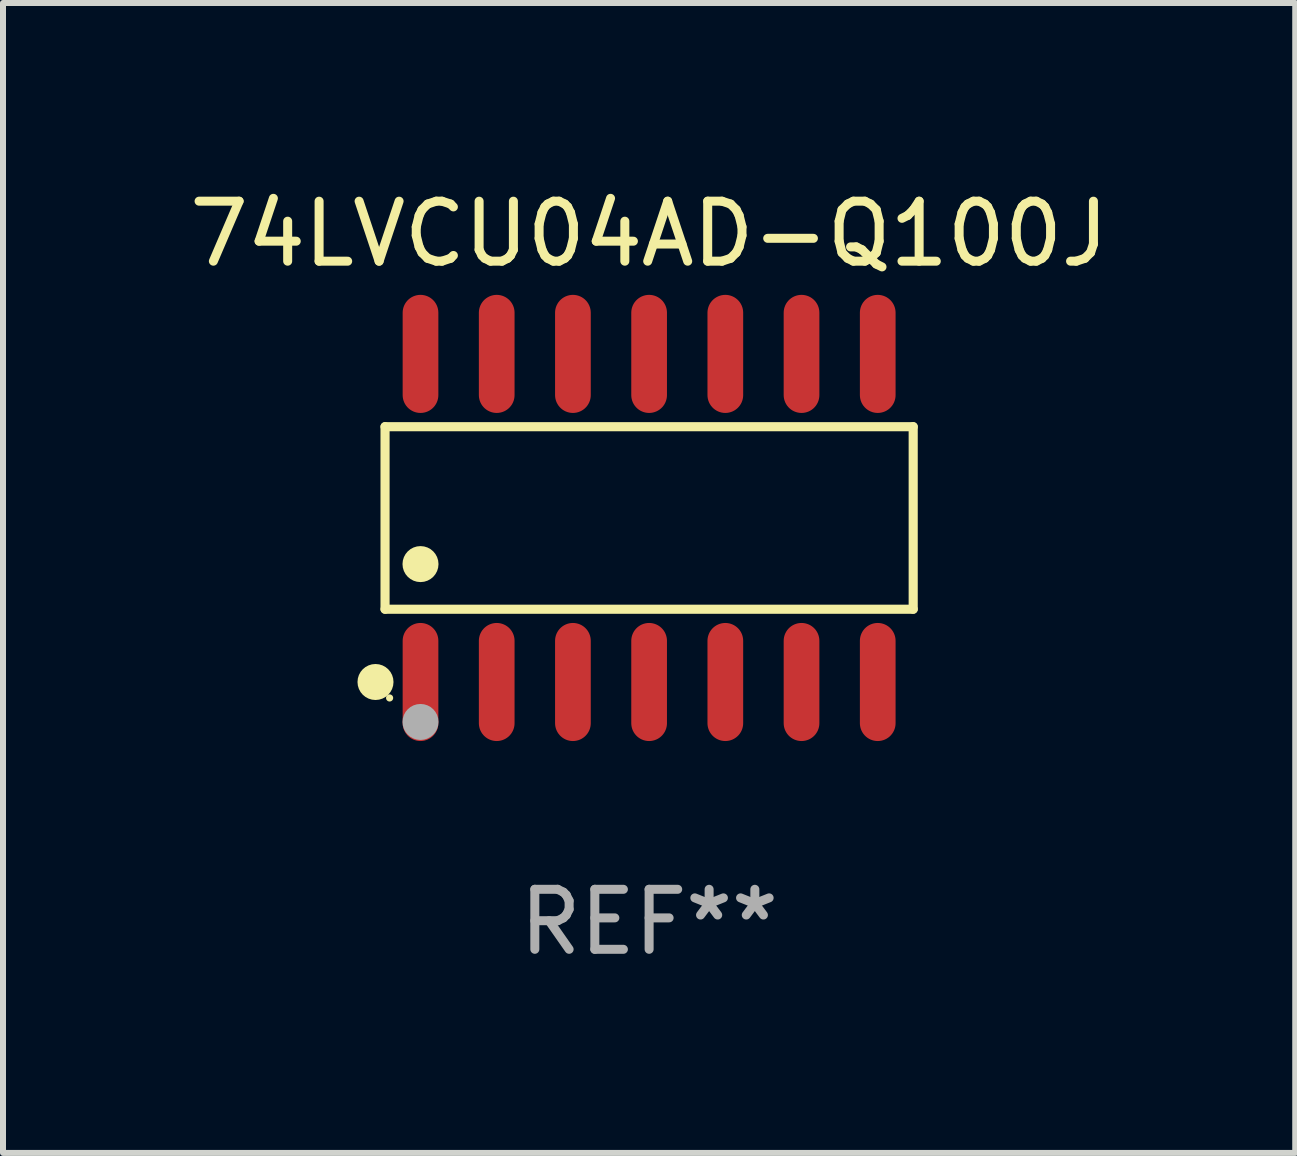
<source format=kicad_pcb>
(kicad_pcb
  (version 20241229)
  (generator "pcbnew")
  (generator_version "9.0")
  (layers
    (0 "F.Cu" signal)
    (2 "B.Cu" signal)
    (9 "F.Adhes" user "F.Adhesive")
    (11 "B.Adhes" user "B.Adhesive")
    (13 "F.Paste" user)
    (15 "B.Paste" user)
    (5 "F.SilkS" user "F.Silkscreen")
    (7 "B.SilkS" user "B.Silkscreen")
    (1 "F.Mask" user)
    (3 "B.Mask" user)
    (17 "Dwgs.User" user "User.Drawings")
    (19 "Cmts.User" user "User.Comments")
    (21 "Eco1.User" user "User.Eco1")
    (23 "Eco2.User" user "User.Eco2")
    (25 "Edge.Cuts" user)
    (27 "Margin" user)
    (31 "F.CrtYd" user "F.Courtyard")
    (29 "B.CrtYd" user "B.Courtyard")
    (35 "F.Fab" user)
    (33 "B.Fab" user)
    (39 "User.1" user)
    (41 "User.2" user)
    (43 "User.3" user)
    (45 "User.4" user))
  (footprint "74LVCU04AD-Q100J"
    (layer "F.Cu")
    (at 7.768 5.582)
    (property "Reference" "74LVCU04AD-Q100J" (at 0 -4.734 0) (layer "F.SilkS") (effects (font (size 1 1) (thickness 0.15))))
    (attr through_hole)
    (fp_line (start -4.401 -1.521) (end 4.401 -1.521) (stroke (width 0.152) (type solid)) (layer "F.SilkS"))
    (fp_line (start -4.401 1.521) (end -4.401 -1.521) (stroke (width 0.152) (type solid)) (layer "F.SilkS"))
    (fp_line (start 4.401 -1.521) (end 4.401 1.521) (stroke (width 0.152) (type solid)) (layer "F.SilkS"))
    (fp_line (start 4.401 1.521) (end -4.401 1.521) (stroke (width 0.152) (type solid)) (layer "F.SilkS"))
    (fp_circle (center -4.56 2.734) (end -4.41 2.734) (stroke (width 0.3) (type solid)) (fill no) (layer "F.SilkS"))
    (fp_circle (center -4.325 3) (end -4.295 3) (stroke (width 0.06) (type solid)) (fill no) (layer "F.SilkS"))
    (fp_circle (center -3.81 0.769) (end -3.66 0.769) (stroke (width 0.3) (type solid)) (fill no) (layer "F.SilkS"))
    (fp_circle (center -3.81 3.4) (end -3.66 3.4) (stroke (width 0.3) (type solid)) (fill no) (layer "F.Fab"))
    (fp_text user "REF**" (at 0 6.734 0) (layer "F.Fab") (effects (font (size 1 1) (thickness 0.15))))
    (pad "1" smd oval (at -3.81 2.734) (size 0.595 1.968) (layers "F.Cu" "F.Mask" "F.Paste"))
    (pad "2" smd oval (at -2.54 2.734) (size 0.595 1.968) (layers "F.Cu" "F.Mask" "F.Paste"))
    (pad "3" smd oval (at -1.27 2.734) (size 0.595 1.968) (layers "F.Cu" "F.Mask" "F.Paste"))
    (pad "4" smd oval (at 0 2.734) (size 0.595 1.968) (layers "F.Cu" "F.Mask" "F.Paste"))
    (pad "5" smd oval (at 1.27 2.734) (size 0.595 1.968) (layers "F.Cu" "F.Mask" "F.Paste"))
    (pad "6" smd oval (at 2.54 2.734) (size 0.595 1.968) (layers "F.Cu" "F.Mask" "F.Paste"))
    (pad "7" smd oval (at 3.81 2.734) (size 0.595 1.968) (layers "F.Cu" "F.Mask" "F.Paste"))
    (pad "8" smd oval (at 3.81 -2.734) (size 0.595 1.968) (layers "F.Cu" "F.Mask" "F.Paste"))
    (pad "9" smd oval (at 2.54 -2.734) (size 0.595 1.968) (layers "F.Cu" "F.Mask" "F.Paste"))
    (pad "10" smd oval (at 1.27 -2.734) (size 0.595 1.968) (layers "F.Cu" "F.Mask" "F.Paste"))
    (pad "11" smd oval (at 0 -2.734) (size 0.595 1.968) (layers "F.Cu" "F.Mask" "F.Paste"))
    (pad "12" smd oval (at -1.27 -2.734) (size 0.595 1.968) (layers "F.Cu" "F.Mask" "F.Paste"))
    (pad "13" smd oval (at -2.54 -2.734) (size 0.595 1.968) (layers "F.Cu" "F.Mask" "F.Paste"))
    (pad "14" smd oval (at -3.81 -2.734) (size 0.595 1.968) (layers "F.Cu" "F.Mask" "F.Paste")))
  (gr_rect
    (start -3 -3)
    (end 18.536 16.164)
    (stroke (width 0.1) (type default))
    (fill no)
    (layer "Edge.Cuts")))
</source>
